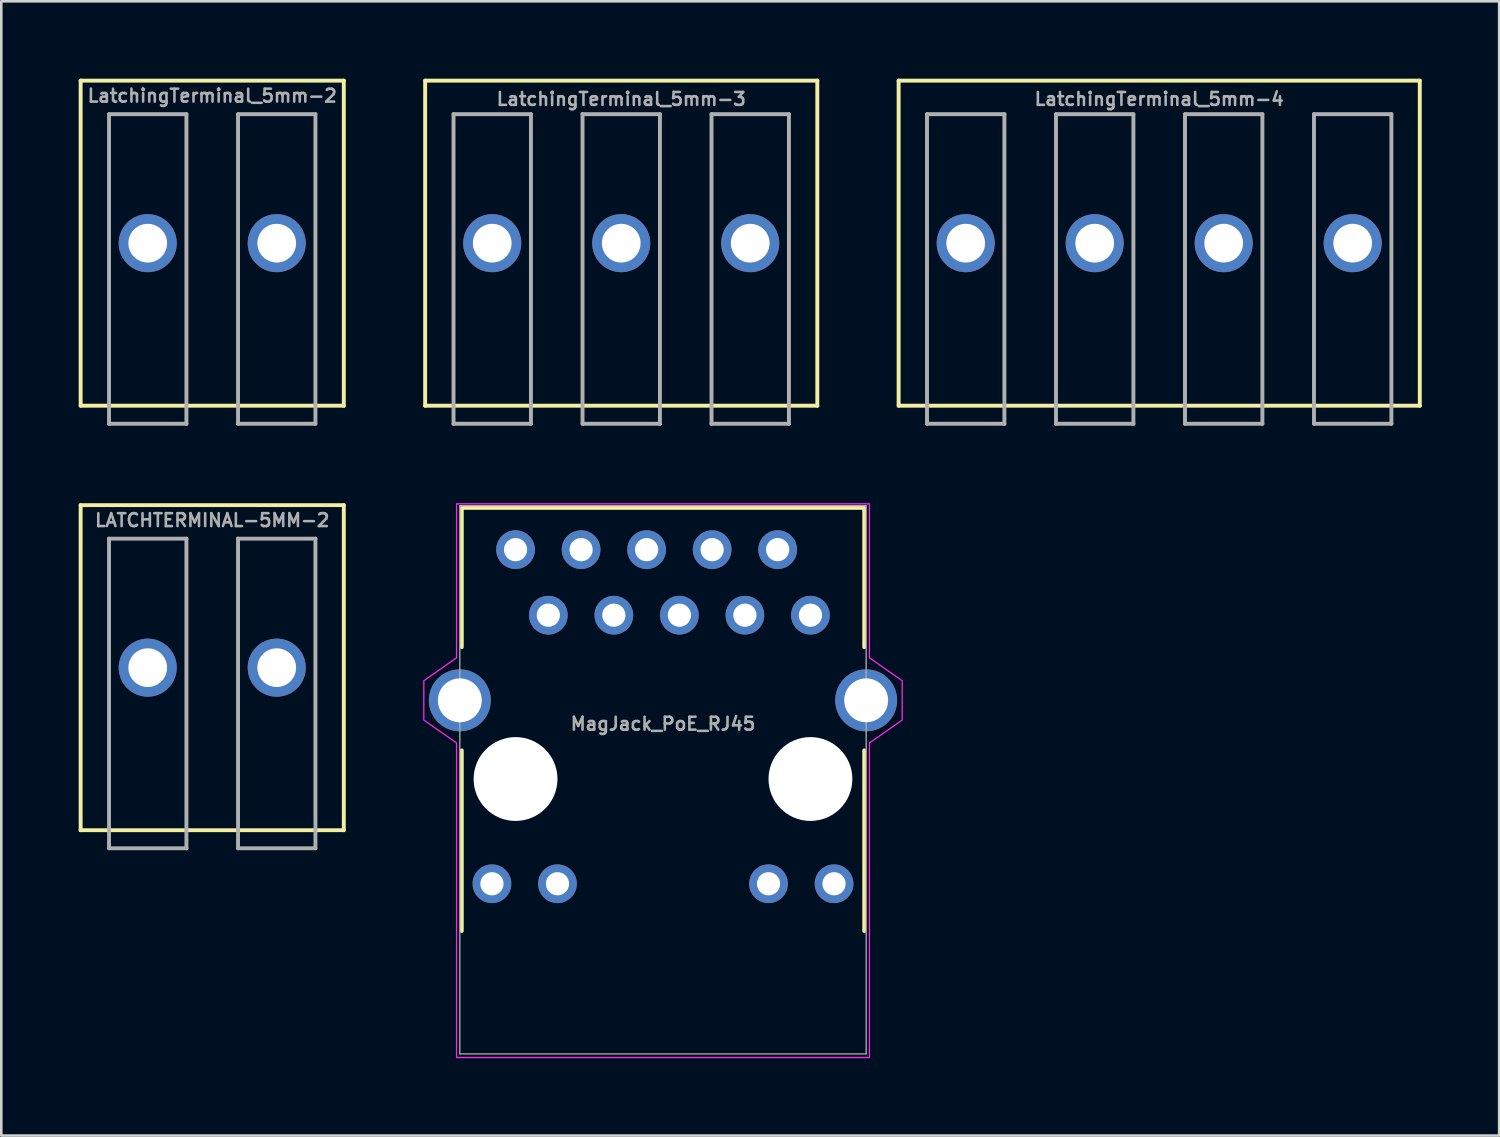
<source format=kicad_pcb>
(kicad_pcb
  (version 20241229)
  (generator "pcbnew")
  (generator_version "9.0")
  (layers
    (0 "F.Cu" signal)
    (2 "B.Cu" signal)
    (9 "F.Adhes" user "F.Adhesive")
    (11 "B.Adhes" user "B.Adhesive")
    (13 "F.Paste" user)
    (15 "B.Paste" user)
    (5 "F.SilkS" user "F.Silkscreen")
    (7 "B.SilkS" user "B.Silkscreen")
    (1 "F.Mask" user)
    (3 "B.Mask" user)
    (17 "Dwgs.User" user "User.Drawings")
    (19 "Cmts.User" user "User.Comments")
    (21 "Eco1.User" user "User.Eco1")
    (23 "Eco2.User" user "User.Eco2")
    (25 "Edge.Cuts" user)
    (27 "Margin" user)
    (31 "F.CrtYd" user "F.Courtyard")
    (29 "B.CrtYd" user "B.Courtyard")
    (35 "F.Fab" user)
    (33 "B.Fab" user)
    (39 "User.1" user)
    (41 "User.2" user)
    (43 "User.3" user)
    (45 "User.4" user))
  (footprint "MagJack_PoE_RJ45"
    (layer "F.Cu")
    (at 22.648 27.145)
    (property "Reference" "MagJack_PoE_RJ45" (at 0 -2.14 0) (layer "F.Fab") (effects (font (size 0.5 0.5) (thickness 0.1) (bold yes))))
    (attr through_hole)
    (fp_line (start -7.8 -10.51) (end 7.8 -10.51) (stroke (width 0.152) (type solid)) (layer "F.SilkS"))
    (fp_line (start -7.8 -5.11) (end -7.8 -10.51) (stroke (width 0.152) (type solid)) (layer "F.SilkS"))
    (fp_line (start -7.8 -1.11) (end -7.8 5.89) (stroke (width 0.152) (type solid)) (layer "F.SilkS"))
    (fp_line (start 7.8 -10.51) (end 7.8 -5.11) (stroke (width 0.152) (type solid)) (layer "F.SilkS"))
    (fp_line (start 7.8 -1.11) (end 7.8 5.89) (stroke (width 0.152) (type solid)) (layer "F.SilkS"))
    (fp_poly (pts (xy -8.001 -10.668) (xy 8.001 -10.668) (xy 8.001 -4.699) (xy 9.271 -3.81) (xy 9.271 -2.286) (xy 8.001 -1.397) (xy 8.001 10.795) (xy -8.001 10.795) (xy -8.001 -1.397) (xy -9.271 -2.286) (xy -9.271 -3.81) (xy -8.001 -4.699)) (stroke (width 0.05) (type solid)) (fill no) (layer "F.CrtYd"))
    (fp_line (start -7.875 -10.595) (end 7.875 -10.595) (stroke (width 0.05) (type solid)) (layer "F.Fab"))
    (fp_line (start -7.875 10.655) (end -7.875 -10.595) (stroke (width 0.05) (type solid)) (layer "F.Fab"))
    (fp_line (start 7.875 -10.595) (end 7.875 10.655) (stroke (width 0.05) (type solid)) (layer "F.Fab"))
    (fp_line (start 7.875 10.655) (end -7.875 10.655) (stroke (width 0.05) (type solid)) (layer "F.Fab"))
    (pad "" np_thru_hole circle (at -5.715 0) (size 3.25 3.25) (drill 3.25) (layers "*.Cu" "*.Mask"))
    (pad "" np_thru_hole circle (at 5.715 0) (size 3.25 3.25) (drill 3.25) (layers "*.Cu" "*.Mask"))
    (pad "1" thru_hole circle (at -5.715 -8.89) (size 1.5 1.5) (drill 0.9) (layers "*.Cu" "*.Mask"))
    (pad "2" thru_hole circle (at -4.445 -6.35) (size 1.5 1.5) (drill 0.9) (layers "*.Cu" "*.Mask"))
    (pad "3" thru_hole circle (at -3.175 -8.89) (size 1.5 1.5) (drill 0.9) (layers "*.Cu" "*.Mask"))
    (pad "4" thru_hole circle (at -1.905 -6.35) (size 1.5 1.5) (drill 0.9) (layers "*.Cu" "*.Mask"))
    (pad "5" thru_hole circle (at -0.635 -8.89) (size 1.5 1.5) (drill 0.9) (layers "*.Cu" "*.Mask"))
    (pad "6" thru_hole circle (at 0.635 -6.35) (size 1.5 1.5) (drill 0.9) (layers "*.Cu" "*.Mask"))
    (pad "7" thru_hole circle (at 1.905 -8.89) (size 1.5 1.5) (drill 0.9) (layers "*.Cu" "*.Mask"))
    (pad "8" thru_hole circle (at 3.175 -6.35) (size 1.5 1.5) (drill 0.9) (layers "*.Cu" "*.Mask"))
    (pad "9" thru_hole circle (at 4.445 -8.89) (size 1.5 1.5) (drill 0.9) (layers "*.Cu" "*.Mask"))
    (pad "10" thru_hole circle (at 5.715 -6.35) (size 1.5 1.5) (drill 0.9) (layers "*.Cu" "*.Mask"))
    (pad "11" thru_hole circle (at -6.63 4.06) (size 1.5 1.5) (drill 0.9) (layers "*.Cu" "*.Mask"))
    (pad "12" thru_hole circle (at -4.09 4.06) (size 1.5 1.5) (drill 0.9) (layers "*.Cu" "*.Mask"))
    (pad "13" thru_hole circle (at 4.09 4.06) (size 1.5 1.5) (drill 0.9) (layers "*.Cu" "*.Mask"))
    (pad "14" thru_hole circle (at 6.63 4.06) (size 1.5 1.5) (drill 0.9) (layers "*.Cu" "*.Mask"))
    (pad "S1" thru_hole circle (at -7.875 -3.05) (size 2.4 2.4) (drill 1.7) (layers "*.Cu" "*.Mask"))
    (pad "S2" thru_hole circle (at 7.875 -3.05) (size 2.4 2.4) (drill 1.7) (layers "*.Cu" "*.Mask")))
  (footprint "LatchingTerminal_5mm-4"
    (layer "F.Cu")
    (at 41.881 6.376)
    (property "Reference" "LatchingTerminal_5mm-4" (at 0 -5.588 0) (layer "F.Fab") (effects (font (size 0.5 0.5) (thickness 0.1))))
    (attr through_hole)
    (fp_line (start -10.1 -6.3) (end -10.1 6.3) (stroke (width 0.152) (type solid)) (layer "F.SilkS"))
    (fp_line (start -10.1 -6.3) (end 10.1 -6.3) (stroke (width 0.152) (type solid)) (layer "F.SilkS"))
    (fp_line (start -10.1 6.3) (end 10.1 6.3) (stroke (width 0.152) (type solid)) (layer "F.SilkS"))
    (fp_line (start 10.1 -6.3) (end 10.1 6.3) (stroke (width 0.152) (type solid)) (layer "F.SilkS"))
    (fp_line (start -9 -5) (end -6 -5) (stroke (width 0.152) (type solid)) (layer "F.Fab"))
    (fp_line (start -9 7) (end -9 -5) (stroke (width 0.152) (type solid)) (layer "F.Fab"))
    (fp_line (start -6 -5) (end -6 7) (stroke (width 0.152) (type solid)) (layer "F.Fab"))
    (fp_line (start -6 7) (end -9 7) (stroke (width 0.152) (type solid)) (layer "F.Fab"))
    (fp_line (start -4 -5) (end -4 7) (stroke (width 0.152) (type solid)) (layer "F.Fab"))
    (fp_line (start -4 7) (end -1 7) (stroke (width 0.152) (type solid)) (layer "F.Fab"))
    (fp_line (start -1 -5) (end -4 -5) (stroke (width 0.152) (type solid)) (layer "F.Fab"))
    (fp_line (start -1 7) (end -1 -5) (stroke (width 0.152) (type solid)) (layer "F.Fab"))
    (fp_line (start 1 -5) (end 1 7) (stroke (width 0.152) (type solid)) (layer "F.Fab"))
    (fp_line (start 1 -5) (end 4 -5) (stroke (width 0.152) (type solid)) (layer "F.Fab"))
    (fp_line (start 1 7) (end 4 7) (stroke (width 0.152) (type solid)) (layer "F.Fab"))
    (fp_line (start 4 7) (end 4 -5) (stroke (width 0.152) (type solid)) (layer "F.Fab"))
    (fp_line (start 6 -5) (end 6 7) (stroke (width 0.152) (type solid)) (layer "F.Fab"))
    (fp_line (start 6 7) (end 9 7) (stroke (width 0.152) (type solid)) (layer "F.Fab"))
    (fp_line (start 9 -5) (end 6 -5) (stroke (width 0.152) (type solid)) (layer "F.Fab"))
    (fp_line (start 9 7) (end 9 -5) (stroke (width 0.152) (type solid)) (layer "F.Fab"))
    (pad "1" thru_hole circle (at -7.5 0) (size 2.25 2.25) (drill 1.5) (layers "*.Cu" "*.Mask"))
    (pad "2" thru_hole circle (at -2.5 0) (size 2.25 2.25) (drill 1.5) (layers "*.Cu" "*.Mask"))
    (pad "3" thru_hole circle (at 2.5 0) (size 2.25 2.25) (drill 1.5) (layers "*.Cu" "*.Mask"))
    (pad "4" thru_hole circle (at 7.5 0) (size 2.25 2.25) (drill 1.5) (layers "*.Cu" "*.Mask")))
  (footprint "LatchingTerminal_5mm-2"
    (layer "F.Cu")
    (at 5.176 6.376)
    (property "Reference" "LatchingTerminal_5mm-2" (at 0 -5.715 0) (layer "F.Fab") (effects (font (size 0.5 0.5) (thickness 0.1))))
    (attr through_hole)
    (fp_line (start -5.1 -6.3) (end -5.1 6.3) (stroke (width 0.152) (type solid)) (layer "F.SilkS"))
    (fp_line (start -5.1 -6.3) (end 5.1 -6.3) (stroke (width 0.152) (type solid)) (layer "F.SilkS"))
    (fp_line (start -5.1 6.3) (end 5.1 6.3) (stroke (width 0.152) (type solid)) (layer "F.SilkS"))
    (fp_line (start 5.1 -6.3) (end 5.1 6.3) (stroke (width 0.152) (type solid)) (layer "F.SilkS"))
    (fp_line (start -4 -5) (end -4 7) (stroke (width 0.152) (type solid)) (layer "F.Fab"))
    (fp_line (start -4 7) (end -1 7) (stroke (width 0.152) (type solid)) (layer "F.Fab"))
    (fp_line (start -1 -5) (end -4 -5) (stroke (width 0.152) (type solid)) (layer "F.Fab"))
    (fp_line (start -1 7) (end -1 -5) (stroke (width 0.152) (type solid)) (layer "F.Fab"))
    (fp_line (start 1 -5) (end 1 7) (stroke (width 0.152) (type solid)) (layer "F.Fab"))
    (fp_line (start 1 7) (end 4 7) (stroke (width 0.152) (type solid)) (layer "F.Fab"))
    (fp_line (start 4 -5) (end 1 -5) (stroke (width 0.152) (type solid)) (layer "F.Fab"))
    (fp_line (start 4 7) (end 4 -5) (stroke (width 0.152) (type solid)) (layer "F.Fab"))
    (pad "1" thru_hole circle (at -2.5 0) (size 2.25 2.25) (drill 1.5) (layers "*.Cu" "*.Mask"))
    (pad "2" thru_hole circle (at 2.5 0) (size 2.25 2.25) (drill 1.5) (layers "*.Cu" "*.Mask")))
  (footprint "LATCHTERMINAL-5MM-2"
    (layer "F.Cu")
    (at 5.176 22.829)
    (property "Reference" "LATCHTERMINAL-5MM-2" (at 0 -5.715 0) (layer "F.Fab") (effects (font (size 0.5 0.5) (thickness 0.1))))
    (fp_line (start -5.1 -6.3) (end -5.1 6.3) (stroke (width 0.152) (type solid)) (layer "F.SilkS"))
    (fp_line (start -5.1 -6.3) (end 5.1 -6.3) (stroke (width 0.152) (type solid)) (layer "F.SilkS"))
    (fp_line (start -5.1 6.3) (end 5.1 6.3) (stroke (width 0.152) (type solid)) (layer "F.SilkS"))
    (fp_line (start 5.1 -6.3) (end 5.1 6.3) (stroke (width 0.152) (type solid)) (layer "F.SilkS"))
    (fp_line (start -4 -5) (end -4 7) (stroke (width 0.152) (type solid)) (layer "F.Fab"))
    (fp_line (start -4 7) (end -1 7) (stroke (width 0.152) (type solid)) (layer "F.Fab"))
    (fp_line (start -1 -5) (end -4 -5) (stroke (width 0.152) (type solid)) (layer "F.Fab"))
    (fp_line (start -1 7) (end -1 -5) (stroke (width 0.152) (type solid)) (layer "F.Fab"))
    (fp_line (start 1 -5) (end 1 7) (stroke (width 0.152) (type solid)) (layer "F.Fab"))
    (fp_line (start 1 7) (end 4 7) (stroke (width 0.152) (type solid)) (layer "F.Fab"))
    (fp_line (start 4 -5) (end 1 -5) (stroke (width 0.152) (type solid)) (layer "F.Fab"))
    (fp_line (start 4 7) (end 4 -5) (stroke (width 0.152) (type solid)) (layer "F.Fab"))
    (pad "1" thru_hole circle (at -2.5 0) (size 2.25 2.25) (drill 1.5) (layers "*.Cu" "*.Mask"))
    (pad "2" thru_hole circle (at 2.5 0) (size 2.25 2.25) (drill 1.5) (layers "*.Cu" "*.Mask")))
  (footprint "LatchingTerminal_5mm-3"
    (layer "F.Cu")
    (at 21.029 6.376)
    (property "Reference" "LatchingTerminal_5mm-3" (at 0 -5.588 0) (layer "F.Fab") (effects (font (size 0.5 0.5) (thickness 0.1))))
    (fp_line (start -7.6 -6.3) (end -7.6 6.3) (stroke (width 0.152) (type solid)) (layer "F.SilkS"))
    (fp_line (start -7.6 -6.3) (end 7.6 -6.3) (stroke (width 0.152) (type solid)) (layer "F.SilkS"))
    (fp_line (start -7.6 6.3) (end 7.6 6.3) (stroke (width 0.152) (type solid)) (layer "F.SilkS"))
    (fp_line (start 7.6 -6.3) (end 7.6 6.3) (stroke (width 0.152) (type solid)) (layer "F.SilkS"))
    (fp_line (start -6.5 -5) (end -3.5 -5) (stroke (width 0.152) (type solid)) (layer "F.Fab"))
    (fp_line (start -6.5 7) (end -6.5 -5) (stroke (width 0.152) (type solid)) (layer "F.Fab"))
    (fp_line (start -3.5 -5) (end -3.5 7) (stroke (width 0.152) (type solid)) (layer "F.Fab"))
    (fp_line (start -3.5 7) (end -6.5 7) (stroke (width 0.152) (type solid)) (layer "F.Fab"))
    (fp_line (start -1.5 -5) (end -1.5 7) (stroke (width 0.152) (type solid)) (layer "F.Fab"))
    (fp_line (start -1.5 7) (end 1.5 7) (stroke (width 0.152) (type solid)) (layer "F.Fab"))
    (fp_line (start 1.5 -5) (end -1.5 -5) (stroke (width 0.152) (type solid)) (layer "F.Fab"))
    (fp_line (start 1.5 7) (end 1.5 -5) (stroke (width 0.152) (type solid)) (layer "F.Fab"))
    (fp_line (start 3.5 -5) (end 3.5 7) (stroke (width 0.152) (type solid)) (layer "F.Fab"))
    (fp_line (start 3.5 -5) (end 6.5 -5) (stroke (width 0.152) (type solid)) (layer "F.Fab"))
    (fp_line (start 3.5 7) (end 6.5 7) (stroke (width 0.152) (type solid)) (layer "F.Fab"))
    (fp_line (start 6.5 7) (end 6.5 -5) (stroke (width 0.152) (type solid)) (layer "F.Fab"))
    (pad "1" thru_hole circle (at -5 0) (size 2.25 2.25) (drill 1.5) (layers "*.Cu" "*.Mask"))
    (pad "2" thru_hole circle (at 0 0) (size 2.25 2.25) (drill 1.5) (layers "*.Cu" "*.Mask"))
    (pad "3" thru_hole circle (at 5 0) (size 2.25 2.25) (drill 1.5) (layers "*.Cu" "*.Mask")))
  (gr_rect
    (start -3 -3)
    (end 55.057 40.965)
    (stroke (width 0.1) (type default))
    (fill no)
    (layer "Edge.Cuts")))
</source>
